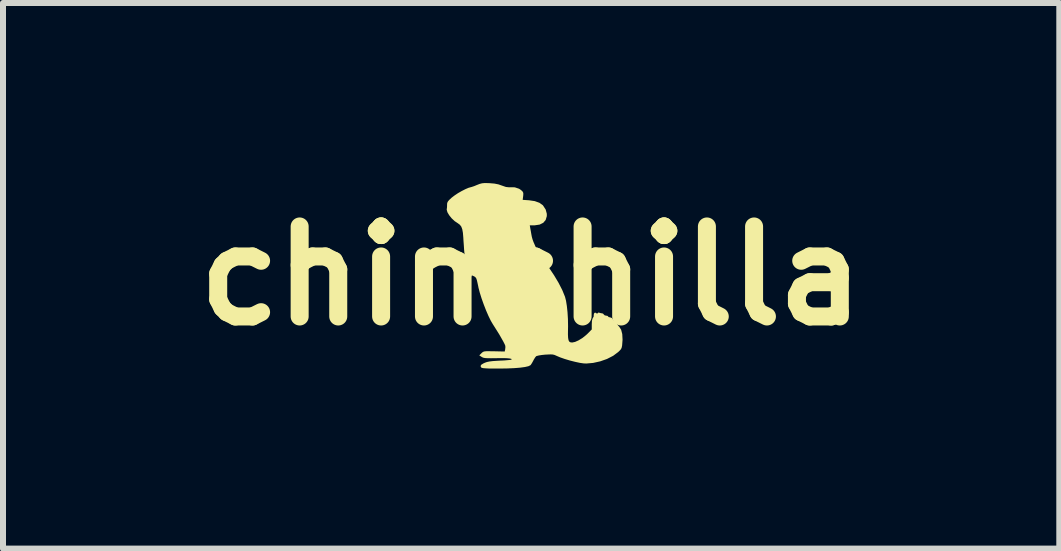
<source format=kicad_pcb>
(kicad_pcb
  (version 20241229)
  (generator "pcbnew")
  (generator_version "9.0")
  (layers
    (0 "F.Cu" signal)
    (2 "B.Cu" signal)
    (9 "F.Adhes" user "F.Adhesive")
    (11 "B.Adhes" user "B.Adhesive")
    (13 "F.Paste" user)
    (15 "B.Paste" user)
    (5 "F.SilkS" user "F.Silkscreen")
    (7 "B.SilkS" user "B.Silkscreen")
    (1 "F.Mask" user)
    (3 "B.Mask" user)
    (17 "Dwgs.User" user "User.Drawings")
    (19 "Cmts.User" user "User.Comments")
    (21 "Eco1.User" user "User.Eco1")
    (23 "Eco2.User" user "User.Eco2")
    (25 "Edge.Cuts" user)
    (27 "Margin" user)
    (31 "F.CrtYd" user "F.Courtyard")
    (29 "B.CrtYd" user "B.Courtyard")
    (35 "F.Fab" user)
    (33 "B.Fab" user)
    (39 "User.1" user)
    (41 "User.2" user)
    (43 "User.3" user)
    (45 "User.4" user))
  (footprint "chinchilla"
    (layer "F.Cu")
    (at 5.8 1.545)
    (property "Reference" "chinchilla" (at 0 0 0) (layer "F.SilkS") (effects (font (size 1.5 1.5) (thickness 0.3))))
    (attr board_only exclude_from_pos_files exclude_from_bom)
    (fp_poly (pts (xy -0.722 -1.544) (xy -0.693 -1.543) (xy -0.611 -1.536) (xy -0.545 -1.523) (xy -0.488 -1.503) (xy -0.421 -1.48) (xy -0.367 -1.474) (xy -0.356 -1.475) (xy -0.273 -1.474) (xy -0.201 -1.45) (xy -0.168 -1.428) (xy -0.142 -1.403) (xy -0.131 -1.38) (xy -0.131 -1.347) (xy -0.133 -1.328) (xy -0.141 -1.265) (xy -0.035 -1.258) (xy 0.06 -1.244) (xy 0.138 -1.216) (xy 0.193 -1.177) (xy 0.198 -1.171) (xy 0.242 -1.104) (xy 0.261 -1.033) (xy 0.261 -0.994) (xy 0.242 -0.93) (xy 0.202 -0.883) (xy 0.142 -0.853) (xy 0.062 -0.841) (xy 0.047 -0.841) (xy -0.023 -0.841) (xy -0.013 -0.783) (xy -0.005 -0.74) (xy 0.001 -0.705) (xy 0.002 -0.698) (xy 0.011 -0.651) (xy 0.023 -0.607) (xy 0.04 -0.56) (xy 0.065 -0.503) (xy 0.09 -0.449) (xy 0.123 -0.383) (xy 0.16 -0.319) (xy 0.195 -0.265) (xy 0.215 -0.239) (xy 0.301 -0.129) (xy 0.382 -0.008) (xy 0.456 0.116) (xy 0.518 0.237) (xy 0.563 0.347) (xy 0.564 0.349) (xy 0.581 0.416) (xy 0.595 0.504) (xy 0.606 0.608) (xy 0.613 0.723) (xy 0.615 0.843) (xy 0.614 0.894) (xy 0.613 0.977) (xy 0.616 1.035) (xy 0.623 1.074) (xy 0.636 1.098) (xy 0.656 1.109) (xy 0.684 1.112) (xy 0.684 1.112) (xy 0.732 1.102) (xy 0.79 1.076) (xy 0.854 1.037) (xy 0.914 0.989) (xy 0.938 0.967) (xy 1.01 0.894) (xy 1.01 0.807) (xy 1.013 0.749) (xy 1.023 0.712) (xy 1.029 0.703) (xy 1.042 0.678) (xy 1.042 0.665) (xy 1.045 0.636) (xy 1.05 0.625) (xy 1.065 0.612) (xy 1.083 0.622) (xy 1.1 0.632) (xy 1.108 0.622) (xy 1.123 0.612) (xy 1.14 0.617) (xy 1.169 0.625) (xy 1.183 0.625) (xy 1.202 0.634) (xy 1.209 0.644) (xy 1.227 0.66) (xy 1.249 0.664) (xy 1.274 0.669) (xy 1.282 0.678) (xy 1.293 0.689) (xy 1.313 0.692) (xy 1.346 0.704) (xy 1.363 0.727) (xy 1.386 0.757) (xy 1.406 0.775) (xy 1.426 0.791) (xy 1.431 0.8) (xy 1.439 0.817) (xy 1.461 0.843) (xy 1.464 0.845) (xy 1.499 0.898) (xy 1.518 0.971) (xy 1.523 1.066) (xy 1.52 1.105) (xy 1.516 1.16) (xy 1.509 1.195) (xy 1.498 1.221) (xy 1.477 1.245) (xy 1.45 1.271) (xy 1.367 1.333) (xy 1.264 1.386) (xy 1.15 1.426) (xy 1.032 1.452) (xy 0.918 1.462) (xy 0.875 1.46) (xy 0.812 1.451) (xy 0.733 1.434) (xy 0.646 1.412) (xy 0.559 1.386) (xy 0.482 1.359) (xy 0.421 1.333) (xy 0.417 1.331) (xy 0.389 1.319) (xy 0.361 1.312) (xy 0.325 1.31) (xy 0.273 1.312) (xy 0.234 1.314) (xy 0.176 1.32) (xy 0.126 1.328) (xy 0.092 1.337) (xy 0.083 1.341) (xy 0.065 1.363) (xy 0.043 1.399) (xy 0.034 1.417) (xy 0.013 1.455) (xy -0.006 1.484) (xy -0.013 1.491) (xy -0.046 1.507) (xy -0.103 1.52) (xy -0.183 1.531) (xy -0.283 1.539) (xy -0.399 1.544) (xy -0.531 1.546) (xy -0.537 1.546) (xy -0.635 1.546) (xy -0.708 1.545) (xy -0.762 1.542) (xy -0.798 1.539) (xy -0.82 1.534) (xy -0.832 1.528) (xy -0.834 1.526) (xy -0.843 1.504) (xy -0.832 1.483) (xy -0.797 1.461) (xy -0.771 1.449) (xy -0.737 1.437) (xy -0.694 1.428) (xy -0.636 1.421) (xy -0.558 1.416) (xy -0.521 1.414) (xy -0.452 1.411) (xy -0.394 1.406) (xy -0.35 1.402) (xy -0.327 1.397) (xy -0.325 1.396) (xy -0.329 1.385) (xy -0.357 1.378) (xy -0.41 1.373) (xy -0.489 1.372) (xy -0.591 1.373) (xy -0.67 1.374) (xy -0.727 1.373) (xy -0.767 1.371) (xy -0.794 1.366) (xy -0.814 1.358) (xy -0.826 1.351) (xy -0.864 1.326) (xy -0.828 1.29) (xy -0.813 1.276) (xy -0.797 1.266) (xy -0.777 1.26) (xy -0.745 1.257) (xy -0.699 1.257) (xy -0.631 1.258) (xy -0.617 1.258) (xy -0.441 1.262) (xy -0.433 1.228) (xy -0.429 1.188) (xy -0.432 1.162) (xy -0.443 1.137) (xy -0.465 1.094) (xy -0.496 1.039) (xy -0.532 0.976) (xy -0.572 0.912) (xy -0.611 0.85) (xy -0.639 0.806) (xy -0.673 0.748) (xy -0.711 0.67) (xy -0.751 0.578) (xy -0.79 0.478) (xy -0.826 0.377) (xy -0.856 0.281) (xy -0.878 0.196) (xy -0.881 0.179) (xy -0.895 0.114) (xy -0.905 0.071) (xy -0.915 0.043) (xy -0.927 0.026) (xy -0.942 0.014) (xy -0.956 0.007) (xy -0.983 -0.005) (xy -0.995 -0.001) (xy -1.003 0.025) (xy -1.003 0.026) (xy -1.018 0.059) (xy -1.05 0.074) (xy -1.052 0.075) (xy -1.094 0.074) (xy -1.132 0.058) (xy -1.155 0.031) (xy -1.159 0.012) (xy -1.168 -0.029) (xy -1.189 -0.058) (xy -1.214 -0.068) (xy -1.237 -0.08) (xy -1.251 -0.11) (xy -1.252 -0.152) (xy -1.249 -0.17) (xy -1.23 -0.201) (xy -1.195 -0.231) (xy -1.154 -0.252) (xy -1.127 -0.258) (xy -1.115 -0.26) (xy -1.108 -0.269) (xy -1.106 -0.291) (xy -1.108 -0.332) (xy -1.111 -0.37) (xy -1.117 -0.433) (xy -1.122 -0.511) (xy -1.128 -0.592) (xy -1.13 -0.633) (xy -1.137 -0.716) (xy -1.148 -0.776) (xy -1.164 -0.819) (xy -1.188 -0.85) (xy -1.22 -0.874) (xy -1.275 -0.911) (xy -1.325 -0.958) (xy -1.366 -1.009) (xy -1.395 -1.058) (xy -1.407 -1.101) (xy -1.405 -1.119) (xy -1.402 -1.14) (xy -1.401 -1.176) (xy -1.401 -1.183) (xy -1.399 -1.211) (xy -1.389 -1.235) (xy -1.367 -1.262) (xy -1.329 -1.297) (xy -1.325 -1.301) (xy -1.278 -1.337) (xy -1.22 -1.376) (xy -1.157 -1.412) (xy -1.096 -1.443) (xy -1.045 -1.465) (xy -1.017 -1.473) (xy -0.991 -1.48) (xy -0.949 -1.494) (xy -0.903 -1.513) (xy -0.857 -1.531) (xy -0.818 -1.541) (xy -0.777 -1.545)) (stroke (width 0) (type solid)) (fill yes) (layer "F.SilkS")))
  (gr_rect
    (start -3 -3)
    (end 14.6 6.091)
    (stroke (width 0.1) (type default))
    (fill no)
    (layer "Edge.Cuts")))
</source>
